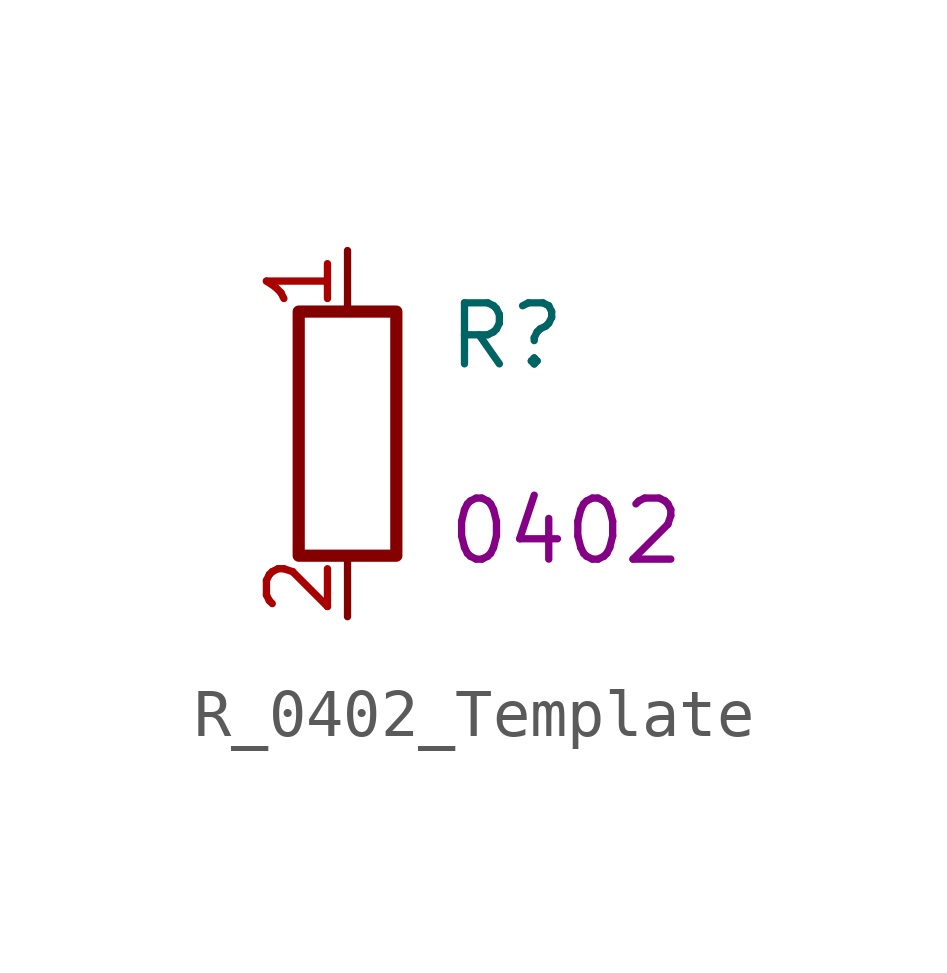
<source format=kicad_sym>
(kicad_symbol_lib
  (version 20241209)
  (generator "dmtdb_template")
  (generator_version "1.0")
  (symbol "R_0402_Template"
    (property "Reference" "R"
      (at 2.032 2.032 0)
      (effects (font (size 1.27 1.27)) (justify left)))
    (property "Value" ""
      (at 2.032 0 0)
      (effects (font (size 1.27 1.27)) (justify left)))
    (property "FOOTPRINT_SHORT" "0402"
      (at 2.032 -2.032 0)
      (effects (font (size 1.27 1.27)) (justify left)))
    (symbol "R_0402_Template_0_1"
      (rectangle (start -1.016 2.54) (end 1.016 -2.54) (stroke (width 0.254) (type default)) (fill (type none))))
    (symbol "R_0402_Template_1_1"
      (pin passive line (at 0 3.81 270) (length 1.27) (name "~" (effects (font (size 1.27 1.27)))) (number "1" (effects (font (size 1.27 1.27)))))
      (pin passive line (at 0 -3.81 90) (length 1.27) (name "~" (effects (font (size 1.27 1.27)))) (number "2" (effects (font (size 1.27 1.27))))))))
</source>
